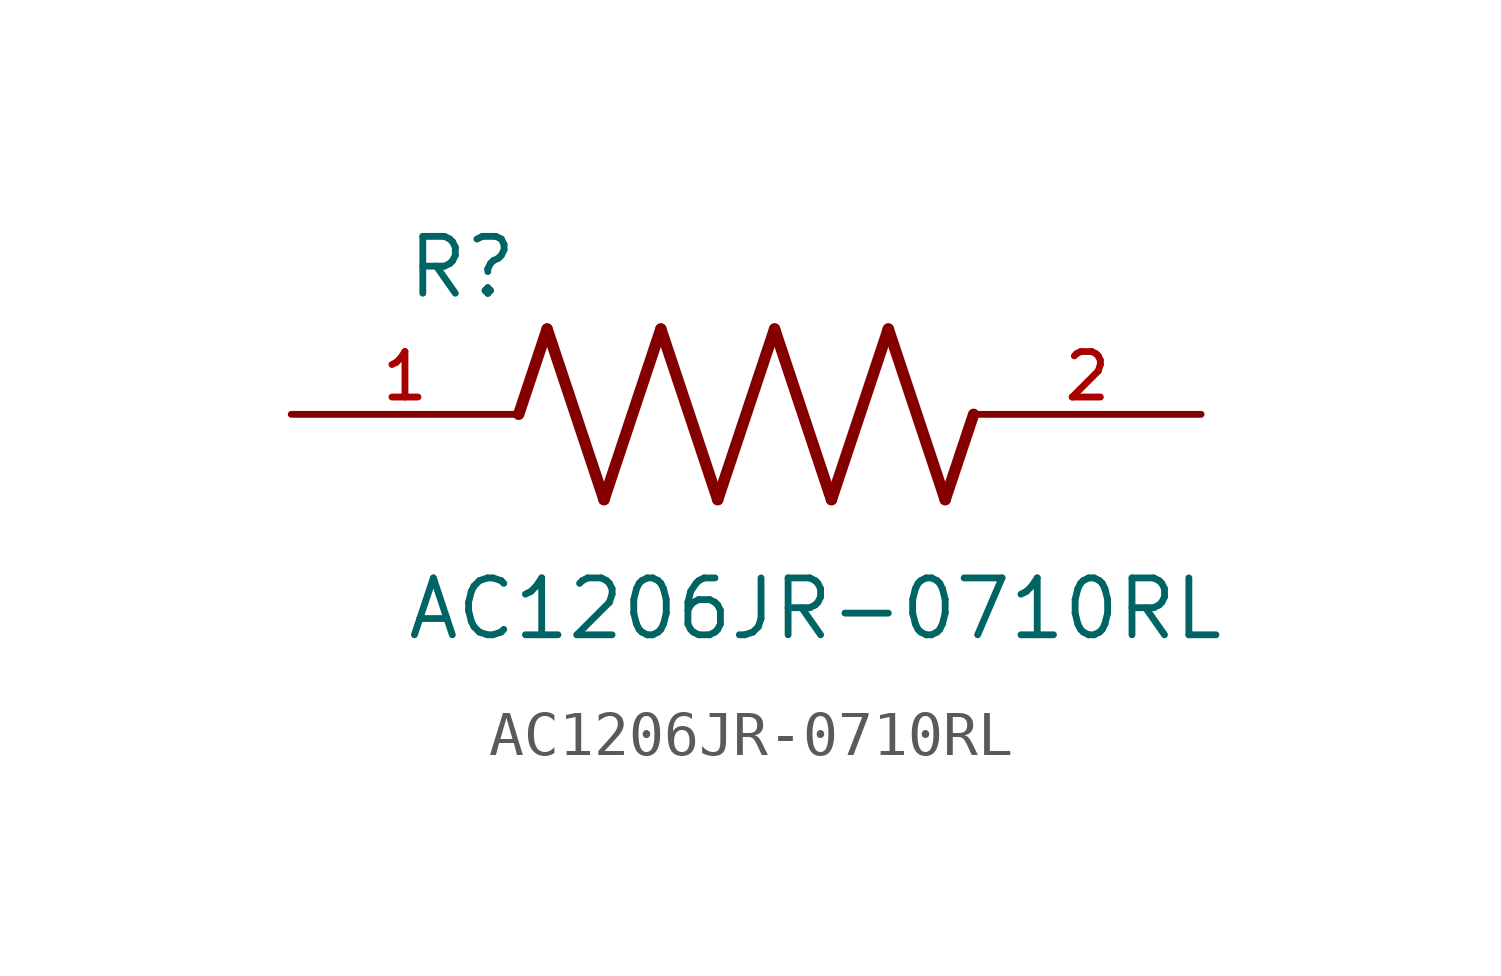
<source format=kicad_sym>
(kicad_symbol_lib
  (version 20211014)
  (generator kicad_symbol_editor)
  (symbol "AC1206JR-0710RL"
    (pin_names
      (offset 1.016))
    (property "Reference" "R"
      (at -7.624 2.541 0)
      (effects (font (size 1.27 1.27)) (justify bottom left)))
    (property "Value" "AC1206JR-0710RL"
      (at -7.63 -5.087 0)
      (effects (font (size 1.27 1.27)) (justify bottom left)))
    (symbol "AC1206JR-0710RL_0_0"
      (polyline (pts (xy -5.08 0.0) (xy -4.445 1.905)) (stroke (width 0.254)))
      (polyline (pts (xy -4.445 1.905) (xy -3.175 -1.905)) (stroke (width 0.254)))
      (polyline (pts (xy -3.175 -1.905) (xy -1.905 1.905)) (stroke (width 0.254)))
      (polyline (pts (xy -1.905 1.905) (xy -0.635 -1.905)) (stroke (width 0.254)))
      (polyline (pts (xy -0.635 -1.905) (xy 0.635 1.905)) (stroke (width 0.254)))
      (polyline (pts (xy 0.635 1.905) (xy 1.905 -1.905)) (stroke (width 0.254)))
      (polyline (pts (xy 1.905 -1.905) (xy 3.175 1.905)) (stroke (width 0.254)))
      (polyline (pts (xy 3.175 1.905) (xy 4.445 -1.905)) (stroke (width 0.254)))
      (polyline (pts (xy 4.445 -1.905) (xy 5.08 0.0)) (stroke (width 0.254)))
      (pin passive line (at -10.16 0.0 0) (length 5.08) (name "~" (effects (font (size 1.016 1.016)))) (number "1" (effects (font (size 1.016 1.016)))))
      (pin passive line (at 10.16 0.0 180.0) (length 5.08) (name "~" (effects (font (size 1.016 1.016)))) (number "2" (effects (font (size 1.016 1.016))))))))
</source>
